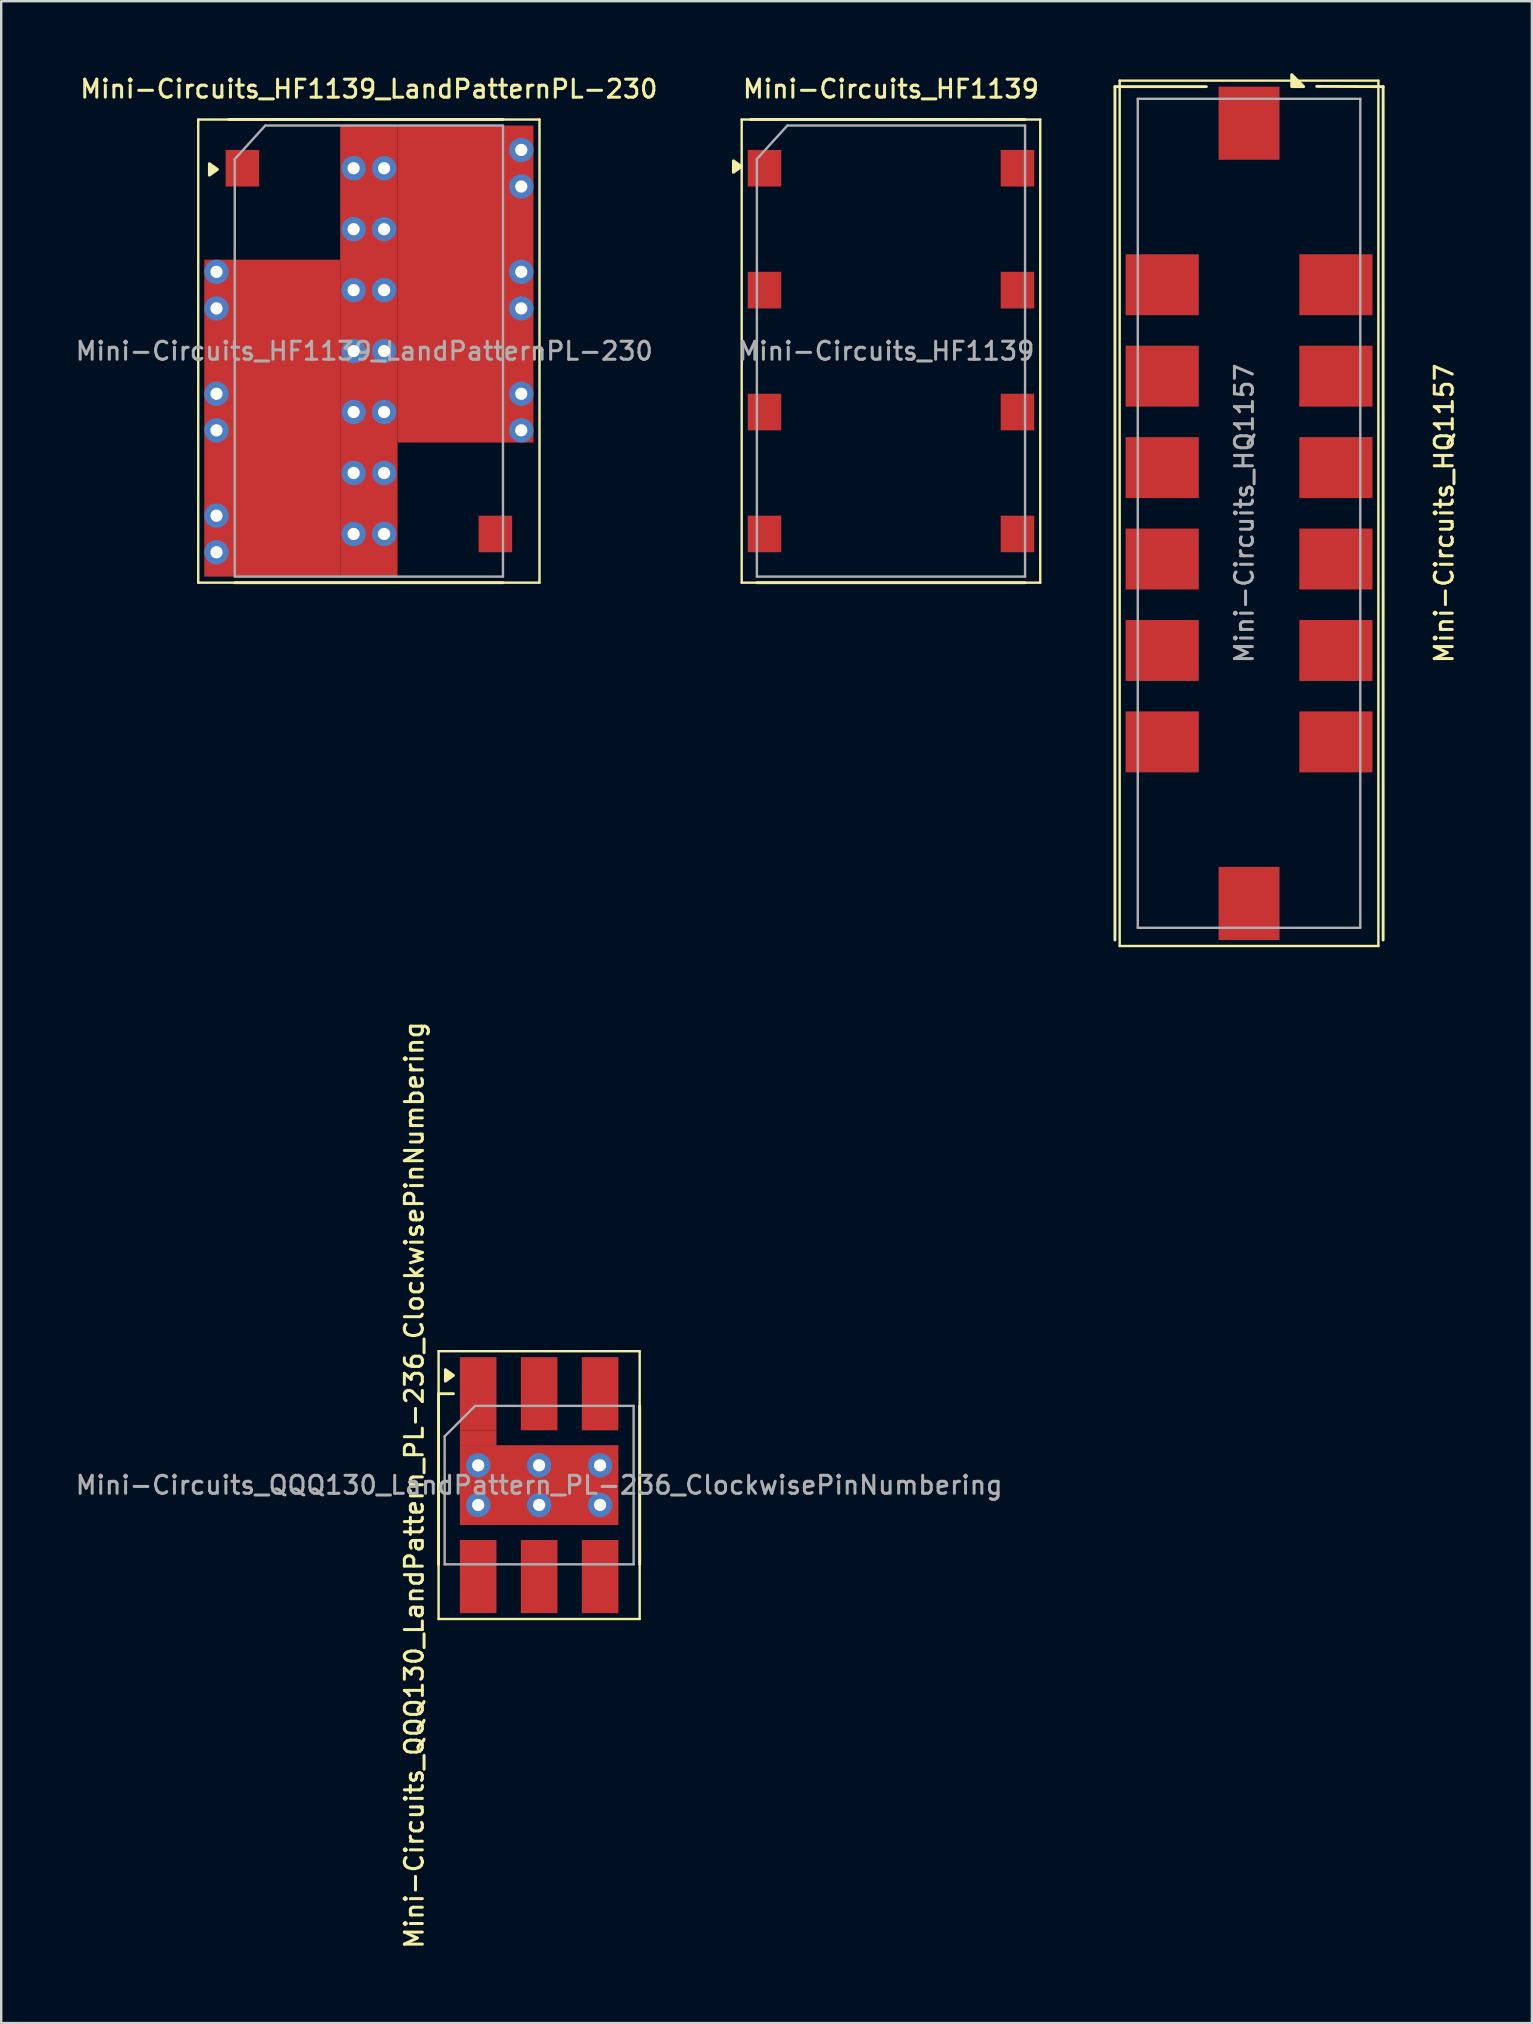
<source format=kicad_pcb>
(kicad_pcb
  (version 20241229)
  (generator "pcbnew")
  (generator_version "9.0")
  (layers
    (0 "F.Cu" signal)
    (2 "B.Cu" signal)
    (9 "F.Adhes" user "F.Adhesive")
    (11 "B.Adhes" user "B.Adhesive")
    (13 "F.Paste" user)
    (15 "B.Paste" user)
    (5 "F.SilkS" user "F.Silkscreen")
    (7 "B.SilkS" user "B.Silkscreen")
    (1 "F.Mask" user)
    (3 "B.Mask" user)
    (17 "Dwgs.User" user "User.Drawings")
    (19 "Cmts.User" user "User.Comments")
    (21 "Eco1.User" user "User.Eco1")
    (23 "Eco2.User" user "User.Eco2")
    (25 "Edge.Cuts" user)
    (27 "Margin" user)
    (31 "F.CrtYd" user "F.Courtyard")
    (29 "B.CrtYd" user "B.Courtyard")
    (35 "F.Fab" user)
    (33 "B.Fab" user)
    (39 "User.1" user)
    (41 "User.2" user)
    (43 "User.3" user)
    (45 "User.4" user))
  (footprint "Mini-Circuits_HF1139_LandPatternPL-230"
    (layer "F.Cu")
    (at 12.321 11.58)
    (property "Reference" "Mini-Circuits_HF1139_LandPatternPL-230" (at 0 -10.922 0) (layer "F.SilkS") (effects (font (size 0.75 0.75) (thickness 0.125))))
    (attr smd)
    (fp_line (start -7.11 -9.65) (end -7.11 9.65) (stroke (width 0.1) (type solid)) (layer "F.SilkS"))
    (fp_line (start -7.11 -9.65) (end 7.11 -9.65) (stroke (width 0.1) (type solid)) (layer "F.SilkS"))
    (fp_line (start 5.588 -9.652) (end -5.842 -9.652) (stroke (width 0.12) (type solid)) (layer "F.SilkS"))
    (fp_line (start 5.588 9.652) (end -5.588 9.652) (stroke (width 0.12) (type solid)) (layer "F.SilkS"))
    (fp_line (start 7.11 9.65) (end -7.11 9.65) (stroke (width 0.1) (type solid)) (layer "F.SilkS"))
    (fp_line (start 7.11 9.65) (end 7.11 -9.65) (stroke (width 0.1) (type solid)) (layer "F.SilkS"))
    (fp_poly (pts (xy -6.31 -7.57) (xy -6.646 -7.33) (xy -6.646 -7.81) (xy -6.31 -7.57)) (stroke (width 0.12) (type solid)) (fill yes) (layer "F.SilkS"))
    (fp_line (start -5.588 -8.001) (end -5.588 9.398) (stroke (width 0.1) (type solid)) (layer "F.Fab"))
    (fp_line (start -4.318 -9.398) (end -5.588 -8.001) (stroke (width 0.1) (type solid)) (layer "F.Fab"))
    (fp_line (start 5.588 -9.398) (end -4.318 -9.398) (stroke (width 0.1) (type solid)) (layer "F.Fab"))
    (fp_line (start 5.588 9.398) (end -5.588 9.398) (stroke (width 0.1) (type solid)) (layer "F.Fab"))
    (fp_line (start 5.588 9.398) (end 5.588 -9.398) (stroke (width 0.1) (type solid)) (layer "F.Fab"))
    (fp_text user "${REFERENCE}" (at -0.191 0 180) (layer "F.Fab") (effects (font (size 0.75 0.75) (thickness 0.125))))
    (pad "1" smd rect (at -5.271 -7.62 270) (size 1.524 1.397) (layers "F.Cu" "F.Mask" "F.Paste"))
    (pad "2" smd rect (at 5.271 -7.62 270) (size 1.524 1.397) (layers "F.Cu" "F.Mask" "F.Paste"))
    (pad "2" thru_hole circle (at 6.35 -8.382 270) (size 1.016 1.016) (drill 0.508) (layers "*.Cu"))
    (pad "2" thru_hole circle (at 6.35 -6.858 270) (size 1.016 1.016) (drill 0.508) (layers "*.Cu"))
    (pad "3" thru_hole circle (at -6.35 -3.302 270) (size 1.016 1.016) (drill 0.508) (layers "*.Cu"))
    (pad "3" thru_hole circle (at -6.35 -1.778 270) (size 1.016 1.016) (drill 0.508) (layers "*.Cu"))
    (pad "3" smd rect (at -5.271 -2.54 270) (size 1.524 1.397) (layers "F.Cu" "F.Mask" "F.Paste"))
    (pad "4" smd rect (at 5.271 -2.54 270) (size 1.524 1.397) (layers "F.Cu" "F.Mask" "F.Paste"))
    (pad "4" thru_hole circle (at 6.35 -3.302 270) (size 1.016 1.016) (drill 0.508) (layers "*.Cu"))
    (pad "4" thru_hole circle (at 6.35 -1.778 270) (size 1.016 1.016) (drill 0.508) (layers "*.Cu"))
    (pad "5" thru_hole circle (at -6.35 1.778 270) (size 1.016 1.016) (drill 0.508) (layers "*.Cu"))
    (pad "5" thru_hole circle (at -6.35 3.302 270) (size 1.016 1.016) (drill 0.508) (layers "*.Cu"))
    (pad "5" smd rect (at -5.271 2.54 270) (size 1.524 1.397) (layers "F.Cu" "F.Mask" "F.Paste"))
    (pad "6" smd rect (at 5.271 2.54 270) (size 1.524 1.397) (layers "F.Cu" "F.Mask" "F.Paste"))
    (pad "6" thru_hole circle (at 6.35 1.778 270) (size 1.016 1.016) (drill 0.508) (layers "*.Cu"))
    (pad "6" thru_hole circle (at 6.35 3.302 270) (size 1.016 1.016) (drill 0.508) (layers "*.Cu"))
    (pad "7" thru_hole circle (at -6.35 6.858 270) (size 1.016 1.016) (drill 0.508) (layers "*.Cu"))
    (pad "7" thru_hole circle (at -6.35 8.382 270) (size 1.016 1.016) (drill 0.508) (layers "*.Cu"))
    (pad "7" smd rect (at -5.271 7.62 270) (size 1.524 1.397) (layers "F.Cu" "F.Mask" "F.Paste"))
    (pad "7" smd rect (at -4.026 2.794 270) (size 13.208 5.664) (layers "F.Cu"))
    (pad "7" thru_hole circle (at -0.635 -7.62 270) (size 1.016 1.016) (drill 0.508) (layers "*.Cu"))
    (pad "7" thru_hole circle (at -0.635 -5.08 270) (size 1.016 1.016) (drill 0.508) (layers "*.Cu"))
    (pad "7" thru_hole circle (at -0.635 -2.54 270) (size 1.016 1.016) (drill 0.508) (layers "*.Cu"))
    (pad "7" thru_hole circle (at -0.635 0 270) (size 1.016 1.016) (drill 0.508) (layers "*.Cu"))
    (pad "7" thru_hole circle (at -0.635 2.54 270) (size 1.016 1.016) (drill 0.508) (layers "*.Cu"))
    (pad "7" thru_hole circle (at -0.635 5.08 270) (size 1.016 1.016) (drill 0.508) (layers "*.Cu"))
    (pad "7" thru_hole circle (at -0.635 7.62 270) (size 1.016 1.016) (drill 0.508) (layers "*.Cu"))
    (pad "7" smd rect (at 0 0 270) (size 18.796 2.388) (layers "F.Cu"))
    (pad "7" thru_hole circle (at 0.635 -7.62 270) (size 1.016 1.016) (drill 0.508) (layers "*.Cu"))
    (pad "7" thru_hole circle (at 0.635 -5.08 270) (size 1.016 1.016) (drill 0.508) (layers "*.Cu"))
    (pad "7" thru_hole circle (at 0.635 -2.54 270) (size 1.016 1.016) (drill 0.508) (layers "*.Cu"))
    (pad "7" thru_hole circle (at 0.635 0 270) (size 1.016 1.016) (drill 0.508) (layers "*.Cu"))
    (pad "7" thru_hole circle (at 0.635 2.54 270) (size 1.016 1.016) (drill 0.508) (layers "*.Cu"))
    (pad "7" thru_hole circle (at 0.635 5.08 270) (size 1.016 1.016) (drill 0.508) (layers "*.Cu"))
    (pad "7" thru_hole circle (at 0.635 7.62 270) (size 1.016 1.016) (drill 0.508) (layers "*.Cu"))
    (pad "7" smd rect (at 4.026 -2.794 270) (size 13.208 5.664) (layers "F.Cu"))
    (pad "8" smd rect (at 5.271 7.62 270) (size 1.524 1.397) (layers "F.Cu" "F.Mask" "F.Paste")))
  (footprint "Mini-Circuits_QQQ130_LandPattern_PL-236_ClockwisePinNumbering"
    (layer "F.Cu")
    (at 19.416 58.836)
    (property "Reference" "Mini-Circuits_QQQ130_LandPattern_PL-236_ClockwisePinNumbering" (at -5.207 0 90) (layer "F.SilkS") (effects (font (size 0.75 0.75) (thickness 0.125))))
    (attr smd)
    (fp_line (start -4.191 -3.81) (end -4.191 3.302) (stroke (width 0.12) (type solid)) (layer "F.SilkS"))
    (fp_line (start -4.19 5.58) (end -4.19 -5.58) (stroke (width 0.1) (type solid)) (layer "F.SilkS"))
    (fp_line (start -4.19 5.58) (end 4.19 5.58) (stroke (width 0.1) (type solid)) (layer "F.SilkS"))
    (fp_line (start -3.57 -3.81) (end -4.191 -3.81) (stroke (width 0.12) (type solid)) (layer "F.SilkS"))
    (fp_line (start 4.19 -5.58) (end -4.19 -5.58) (stroke (width 0.1) (type solid)) (layer "F.SilkS"))
    (fp_line (start 4.19 -5.58) (end 4.19 5.58) (stroke (width 0.1) (type solid)) (layer "F.SilkS"))
    (fp_line (start 4.191 -3.302) (end 4.191 3.302) (stroke (width 0.12) (type solid)) (layer "F.SilkS"))
    (fp_poly (pts (xy -3.57 -4.572) (xy -3.906 -4.332) (xy -3.906 -4.812) (xy -3.57 -4.572)) (stroke (width 0.12) (type solid)) (fill yes) (layer "F.SilkS"))
    (fp_line (start -3.937 3.302) (end -3.937 -2.032) (stroke (width 0.1) (type solid)) (layer "F.Fab"))
    (fp_line (start -3.937 3.302) (end 3.937 3.302) (stroke (width 0.1) (type solid)) (layer "F.Fab"))
    (fp_line (start -2.667 -3.302) (end -3.937 -2.032) (stroke (width 0.1) (type solid)) (layer "F.Fab"))
    (fp_line (start 3.937 -3.302) (end -2.667 -3.302) (stroke (width 0.1) (type solid)) (layer "F.Fab"))
    (fp_line (start 3.937 -3.302) (end 3.937 3.302) (stroke (width 0.1) (type solid)) (layer "F.Fab"))
    (fp_text user "${REFERENCE}" (at 0 0 180) (layer "F.Fab") (effects (font (size 0.75 0.75) (thickness 0.125))))
    (pad "1" smd rect (at -2.54 -3.81) (size 1.524 3.048) (layers "F.Cu" "F.Mask" "F.Paste"))
    (pad "1" smd rect (at -2.54 -1.968 90) (size 0.635 1.524) (layers "F.Cu"))
    (pad "1" thru_hole circle (at -2.54 -0.826) (size 1.016 1.016) (drill 0.508) (layers "*.Cu"))
    (pad "1" thru_hole circle (at -2.54 0.826) (size 1.016 1.016) (drill 0.508) (layers "*.Cu"))
    (pad "1" thru_hole circle (at 0 -0.826) (size 1.016 1.016) (drill 0.508) (layers "*.Cu"))
    (pad "1" smd rect (at 0 0 90) (size 3.327 6.604) (layers "F.Cu"))
    (pad "1" thru_hole circle (at 0 0.826) (size 1.016 1.016) (drill 0.508) (layers "*.Cu"))
    (pad "1" thru_hole circle (at 2.54 -0.826) (size 1.016 1.016) (drill 0.508) (layers "*.Cu"))
    (pad "1" thru_hole circle (at 2.54 0.826) (size 1.016 1.016) (drill 0.508) (layers "*.Cu"))
    (pad "2" smd rect (at 0 -3.81) (size 1.524 3.048) (layers "F.Cu" "F.Mask" "F.Paste"))
    (pad "3" smd rect (at 2.54 -3.81) (size 1.524 3.048) (layers "F.Cu" "F.Mask" "F.Paste"))
    (pad "4" smd rect (at 2.54 3.81) (size 1.524 3.048) (layers "F.Cu" "F.Mask" "F.Paste"))
    (pad "5" smd rect (at 0 3.81) (size 1.524 3.048) (layers "F.Cu" "F.Mask" "F.Paste"))
    (pad "6" smd rect (at -2.54 3.81) (size 1.524 3.048) (layers "F.Cu" "F.Mask" "F.Paste")))
  (footprint "Mini-Circuits_HQ1157"
    (layer "F.Cu")
    (at 48.998 18.34)
    (property "Reference" "Mini-Circuits_HQ1157" (at 8.128 0 270) (layer "F.SilkS") (effects (font (size 0.75 0.75) (thickness 0.125))))
    (attr smd)
    (fp_line (start -5.588 -17.78) (end -5.588 17.78) (stroke (width 0.12) (type solid)) (layer "F.SilkS"))
    (fp_line (start -5.588 -17.78) (end -1.778 -17.78) (stroke (width 0.12) (type solid)) (layer "F.SilkS"))
    (fp_line (start -5.39 18.03) (end -5.39 -18.03) (stroke (width 0.1) (type solid)) (layer "F.SilkS"))
    (fp_line (start -5.39 18.03) (end 5.39 18.03) (stroke (width 0.1) (type solid)) (layer "F.SilkS"))
    (fp_line (start 2.82 -17.79) (end 5.588 -17.78) (stroke (width 0.12) (type solid)) (layer "F.SilkS"))
    (fp_line (start 5.39 -18.03) (end -5.39 -18.03) (stroke (width 0.1) (type solid)) (layer "F.SilkS"))
    (fp_line (start 5.39 -18.03) (end 5.39 18.03) (stroke (width 0.1) (type solid)) (layer "F.SilkS"))
    (fp_line (start 5.588 -17.78) (end 5.588 17.78) (stroke (width 0.12) (type solid)) (layer "F.SilkS"))
    (fp_poly (pts (xy 1.778 -17.78) (xy 1.778 -18.28) (xy 2.278 -17.78) (xy 1.778 -17.78)) (stroke (width 0.12) (type solid)) (fill yes) (layer "F.SilkS"))
    (fp_line (start -4.636 -17.272) (end 4.636 -17.272) (stroke (width 0.1) (type solid)) (layer "F.Fab"))
    (fp_line (start -4.636 17.272) (end -4.636 -17.272) (stroke (width 0.1) (type solid)) (layer "F.Fab"))
    (fp_line (start 4.636 -17.272) (end 4.636 17.272) (stroke (width 0.1) (type solid)) (layer "F.Fab"))
    (fp_line (start 4.636 17.272) (end -4.636 17.272) (stroke (width 0.1) (type solid)) (layer "F.Fab"))
    (fp_text user "${REFERENCE}" (at -0.2 0 270) (layer "F.Fab") (effects (font (size 0.75 0.75) (thickness 0.125))))
    (pad "1" smd rect (at 0 -16.256 270) (size 3.048 2.54) (layers "F.Cu" "F.Mask" "F.Paste"))
    (pad "2" smd rect (at -3.619 -9.525 90) (size 2.54 3.048) (layers "F.Cu" "F.Mask" "F.Paste"))
    (pad "3" smd rect (at -3.619 -5.715 90) (size 2.54 3.048) (layers "F.Cu" "F.Mask" "F.Paste"))
    (pad "4" smd rect (at -3.619 -1.905 90) (size 2.54 3.048) (layers "F.Cu" "F.Mask" "F.Paste"))
    (pad "5" smd rect (at -3.619 1.905 90) (size 2.54 3.048) (layers "F.Cu" "F.Mask" "F.Paste"))
    (pad "6" smd rect (at -3.619 5.715 90) (size 2.54 3.048) (layers "F.Cu" "F.Mask" "F.Paste"))
    (pad "7" smd rect (at -3.619 9.525 90) (size 2.54 3.048) (layers "F.Cu" "F.Mask" "F.Paste"))
    (pad "8" smd rect (at 0 16.256 270) (size 3.048 2.54) (layers "F.Cu" "F.Mask" "F.Paste"))
    (pad "9" smd rect (at 3.619 9.525 270) (size 2.54 3.048) (layers "F.Cu" "F.Mask" "F.Paste"))
    (pad "10" smd rect (at 3.619 5.715 270) (size 2.54 3.048) (layers "F.Cu" "F.Mask" "F.Paste"))
    (pad "11" smd rect (at 3.619 1.905 270) (size 2.54 3.048) (layers "F.Cu" "F.Mask" "F.Paste"))
    (pad "12" smd rect (at 3.619 -1.905 270) (size 2.54 3.048) (layers "F.Cu" "F.Mask" "F.Paste"))
    (pad "13" smd rect (at 3.619 -5.715 270) (size 2.54 3.048) (layers "F.Cu" "F.Mask" "F.Paste"))
    (pad "14" smd rect (at 3.619 -9.525 270) (size 2.54 3.048) (layers "F.Cu" "F.Mask" "F.Paste")))
  (footprint "Mini-Circuits_HF1139"
    (layer "F.Cu")
    (at 34.077 11.58)
    (property "Reference" "Mini-Circuits_HF1139" (at 0 -10.922 0) (layer "F.SilkS") (effects (font (size 0.75 0.75) (thickness 0.125))))
    (attr smd)
    (fp_line (start -6.22 -9.65) (end -6.22 9.65) (stroke (width 0.1) (type solid)) (layer "F.SilkS"))
    (fp_line (start -6.22 -9.65) (end 6.22 -9.65) (stroke (width 0.1) (type solid)) (layer "F.SilkS"))
    (fp_line (start 5.588 -9.652) (end -5.842 -9.652) (stroke (width 0.12) (type solid)) (layer "F.SilkS"))
    (fp_line (start 5.588 9.652) (end -5.588 9.652) (stroke (width 0.12) (type solid)) (layer "F.SilkS"))
    (fp_line (start 6.22 9.65) (end -6.22 9.65) (stroke (width 0.1) (type solid)) (layer "F.SilkS"))
    (fp_line (start 6.22 9.65) (end 6.22 -9.65) (stroke (width 0.1) (type solid)) (layer "F.SilkS"))
    (fp_poly (pts (xy -6.23 -7.69) (xy -6.566 -7.45) (xy -6.566 -7.93) (xy -6.23 -7.69)) (stroke (width 0.12) (type solid)) (fill yes) (layer "F.SilkS"))
    (fp_line (start -5.588 -8.001) (end -5.588 9.398) (stroke (width 0.1) (type solid)) (layer "F.Fab"))
    (fp_line (start -4.318 -9.398) (end -5.588 -8.001) (stroke (width 0.1) (type solid)) (layer "F.Fab"))
    (fp_line (start 5.588 -9.398) (end -4.318 -9.398) (stroke (width 0.1) (type solid)) (layer "F.Fab"))
    (fp_line (start 5.588 9.398) (end -5.588 9.398) (stroke (width 0.1) (type solid)) (layer "F.Fab"))
    (fp_line (start 5.588 9.398) (end 5.588 -9.398) (stroke (width 0.1) (type solid)) (layer "F.Fab"))
    (fp_text user "${REFERENCE}" (at -0.191 0 180) (layer "F.Fab") (effects (font (size 0.75 0.75) (thickness 0.125))))
    (pad "1" smd rect (at -5.271 -7.62 270) (size 1.524 1.397) (layers "F.Cu" "F.Mask" "F.Paste"))
    (pad "2" smd rect (at 5.271 -7.62 270) (size 1.524 1.397) (layers "F.Cu" "F.Mask" "F.Paste"))
    (pad "3" smd rect (at -5.271 -2.54 270) (size 1.524 1.397) (layers "F.Cu" "F.Mask" "F.Paste"))
    (pad "4" smd rect (at 5.271 -2.54 270) (size 1.524 1.397) (layers "F.Cu" "F.Mask" "F.Paste"))
    (pad "5" smd rect (at -5.271 2.54 270) (size 1.524 1.397) (layers "F.Cu" "F.Mask" "F.Paste"))
    (pad "6" smd rect (at 5.271 2.54 270) (size 1.524 1.397) (layers "F.Cu" "F.Mask" "F.Paste"))
    (pad "7" smd rect (at -5.271 7.62 270) (size 1.524 1.397) (layers "F.Cu" "F.Mask" "F.Paste"))
    (pad "8" smd rect (at 5.271 7.62 270) (size 1.524 1.397) (layers "F.Cu" "F.Mask" "F.Paste")))
  (gr_rect
    (start -3 -3)
    (end 60.785 81.252)
    (stroke (width 0.1) (type default))
    (fill no)
    (layer "Edge.Cuts")))
</source>
